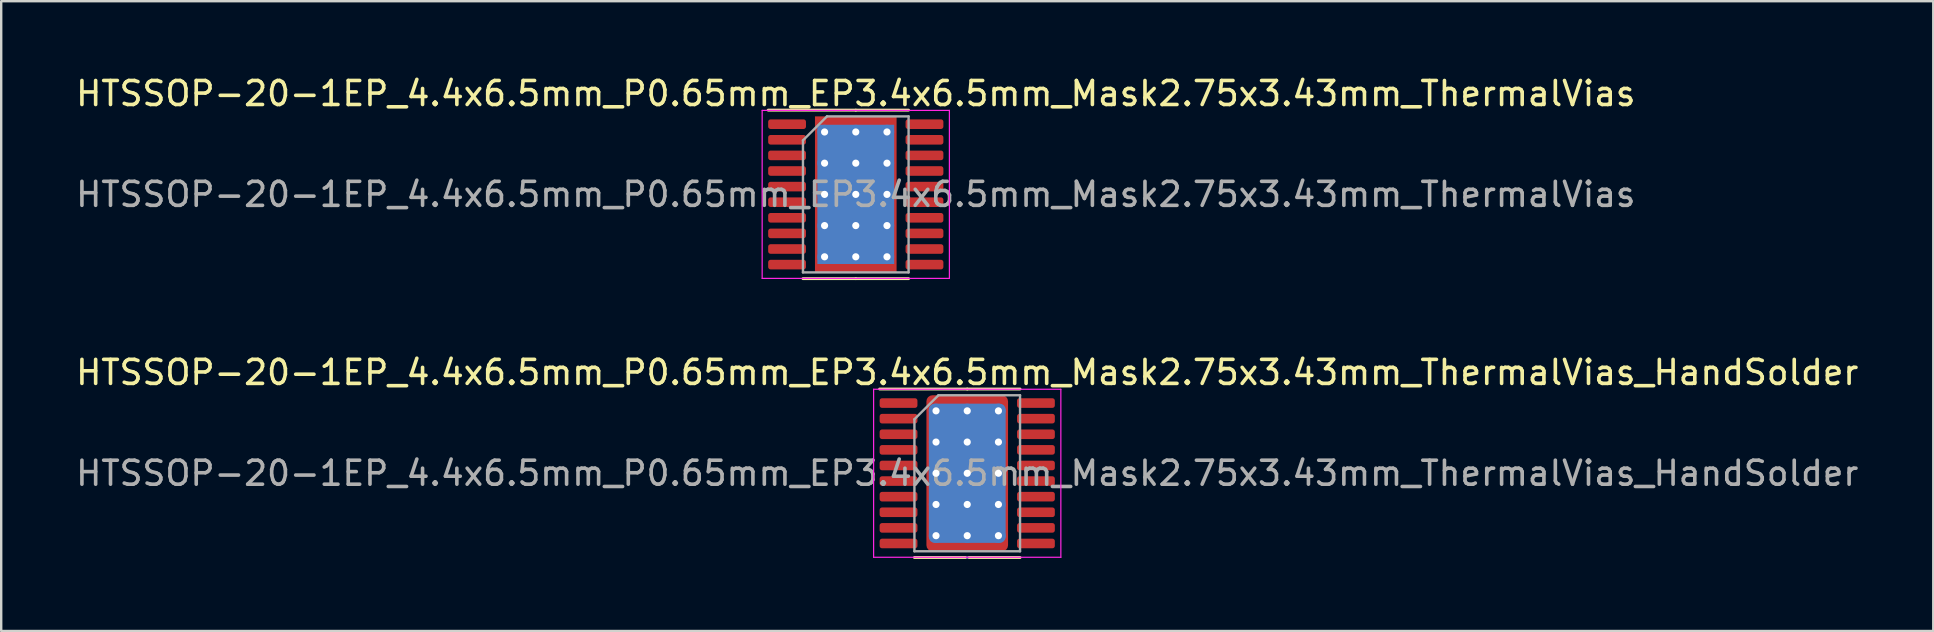
<source format=kicad_pcb>
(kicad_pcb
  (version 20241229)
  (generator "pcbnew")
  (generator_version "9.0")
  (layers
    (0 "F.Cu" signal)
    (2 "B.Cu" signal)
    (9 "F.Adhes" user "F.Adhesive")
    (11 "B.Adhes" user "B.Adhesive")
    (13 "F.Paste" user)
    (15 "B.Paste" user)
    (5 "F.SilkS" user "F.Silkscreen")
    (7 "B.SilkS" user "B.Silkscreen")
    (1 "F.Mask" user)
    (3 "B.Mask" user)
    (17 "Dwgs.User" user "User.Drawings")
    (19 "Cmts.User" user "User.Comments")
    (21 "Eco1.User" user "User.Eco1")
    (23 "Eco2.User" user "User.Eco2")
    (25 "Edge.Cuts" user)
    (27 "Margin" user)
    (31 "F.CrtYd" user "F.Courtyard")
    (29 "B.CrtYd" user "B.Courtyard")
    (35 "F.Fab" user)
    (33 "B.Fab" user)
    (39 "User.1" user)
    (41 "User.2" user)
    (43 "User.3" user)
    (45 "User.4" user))
  (footprint "HTSSOP-20-1EP_4.4x6.5mm_P0.65mm_EP3.4x6.5mm_Mask2.75x3.43mm_ThermalVias_HandSolder"
    (layer "F.Cu")
    (at 37.244 16.666)
    (property "Reference" "HTSSOP-20-1EP_4.4x6.5mm_P0.65mm_EP3.4x6.5mm_Mask2.75x3.43mm_ThermalVias_HandSolder" (at 0 -4.2 0) (layer "F.SilkS") (effects (font (size 1 1) (thickness 0.15))))
    (attr smd)
    (fp_line (start 0 -3.51) (end -3.65 -3.51) (stroke (width 0.12) (type solid)) (layer "F.SilkS"))
    (fp_line (start 0 -3.51) (end 2.2 -3.51) (stroke (width 0.12) (type solid)) (layer "F.SilkS"))
    (fp_line (start 0 3.51) (end -2.2 3.51) (stroke (width 0.12) (type solid)) (layer "F.SilkS"))
    (fp_line (start 0 3.51) (end 2.2 3.51) (stroke (width 0.12) (type solid)) (layer "F.SilkS"))
    (fp_line (start -3.9 -3.5) (end -3.9 3.5) (stroke (width 0.05) (type solid)) (layer "F.CrtYd"))
    (fp_line (start -3.9 3.5) (end 3.9 3.5) (stroke (width 0.05) (type solid)) (layer "F.CrtYd"))
    (fp_line (start 3.9 -3.5) (end -3.9 -3.5) (stroke (width 0.05) (type solid)) (layer "F.CrtYd"))
    (fp_line (start 3.9 3.5) (end 3.9 -3.5) (stroke (width 0.05) (type solid)) (layer "F.CrtYd"))
    (fp_line (start 0 3.51) (end 0 3.51) (stroke (width 0.12) (type solid)) (layer "B.Fab"))
    (fp_line (start -2.2 -2.25) (end -1.2 -3.25) (stroke (width 0.1) (type solid)) (layer "F.Fab"))
    (fp_line (start -2.2 3.25) (end -2.2 -2.25) (stroke (width 0.1) (type solid)) (layer "F.Fab"))
    (fp_line (start -1.2 -3.25) (end 2.2 -3.25) (stroke (width 0.1) (type solid)) (layer "F.Fab"))
    (fp_line (start 2.2 -3.25) (end 2.2 3.25) (stroke (width 0.1) (type solid)) (layer "F.Fab"))
    (fp_line (start 2.2 3.25) (end -2.2 3.25) (stroke (width 0.1) (type solid)) (layer "F.Fab"))
    (fp_text user "${REFERENCE}" (at 0 0 0) (layer "F.Fab") (effects (font (size 1 1) (thickness 0.15))))
    (pad "" smd roundrect (at -0.69 -0.86) (size 1.11 1.38) (layers "F.Paste") (roundrect_rratio 0.225))
    (pad "" smd roundrect (at -0.69 0.86) (size 1.11 1.38) (layers "F.Paste") (roundrect_rratio 0.225))
    (pad "" smd roundrect (at 0 0) (size 2.75 3.43) (layers "*.Mask") (roundrect_rratio 0.091))
    (pad "" smd roundrect (at 0.69 -0.86) (size 1.11 1.38) (layers "F.Paste") (roundrect_rratio 0.225))
    (pad "" smd roundrect (at 0.69 0.86) (size 1.11 1.38) (layers "F.Paste") (roundrect_rratio 0.225))
    (pad "1" smd roundrect (at -2.862 -2.925) (size 1.575 0.4) (layers "F.Cu" "F.Mask" "F.Paste") (roundrect_rratio 0.25))
    (pad "2" smd roundrect (at -2.862 -2.275) (size 1.575 0.4) (layers "F.Cu" "F.Mask" "F.Paste") (roundrect_rratio 0.25))
    (pad "3" smd roundrect (at -2.862 -1.625) (size 1.575 0.4) (layers "F.Cu" "F.Mask" "F.Paste") (roundrect_rratio 0.25))
    (pad "4" smd roundrect (at -2.862 -0.975) (size 1.575 0.4) (layers "F.Cu" "F.Mask" "F.Paste") (roundrect_rratio 0.25))
    (pad "5" smd roundrect (at -2.862 -0.325) (size 1.575 0.4) (layers "F.Cu" "F.Mask" "F.Paste") (roundrect_rratio 0.25))
    (pad "6" smd roundrect (at -2.862 0.325) (size 1.575 0.4) (layers "F.Cu" "F.Mask" "F.Paste") (roundrect_rratio 0.25))
    (pad "7" smd roundrect (at -2.862 0.975) (size 1.575 0.4) (layers "F.Cu" "F.Mask" "F.Paste") (roundrect_rratio 0.25))
    (pad "8" smd roundrect (at -2.862 1.625) (size 1.575 0.4) (layers "F.Cu" "F.Mask" "F.Paste") (roundrect_rratio 0.25))
    (pad "9" smd roundrect (at -2.862 2.275) (size 1.575 0.4) (layers "F.Cu" "F.Mask" "F.Paste") (roundrect_rratio 0.25))
    (pad "10" smd roundrect (at -2.862 2.925) (size 1.575 0.4) (layers "F.Cu" "F.Mask" "F.Paste") (roundrect_rratio 0.25))
    (pad "11" smd roundrect (at 2.862 2.925) (size 1.575 0.4) (layers "F.Cu" "F.Mask" "F.Paste") (roundrect_rratio 0.25))
    (pad "12" smd roundrect (at 2.862 2.275) (size 1.575 0.4) (layers "F.Cu" "F.Mask" "F.Paste") (roundrect_rratio 0.25))
    (pad "13" smd roundrect (at 2.862 1.625) (size 1.575 0.4) (layers "F.Cu" "F.Mask" "F.Paste") (roundrect_rratio 0.25))
    (pad "14" smd roundrect (at 2.862 0.975) (size 1.575 0.4) (layers "F.Cu" "F.Mask" "F.Paste") (roundrect_rratio 0.25))
    (pad "15" smd roundrect (at 2.862 0.325) (size 1.575 0.4) (layers "F.Cu" "F.Mask" "F.Paste") (roundrect_rratio 0.25))
    (pad "16" smd roundrect (at 2.862 -0.325) (size 1.575 0.4) (layers "F.Cu" "F.Mask" "F.Paste") (roundrect_rratio 0.25))
    (pad "17" smd roundrect (at 2.862 -0.975) (size 1.575 0.4) (layers "F.Cu" "F.Mask" "F.Paste") (roundrect_rratio 0.25))
    (pad "18" smd roundrect (at 2.862 -1.625) (size 1.575 0.4) (layers "F.Cu" "F.Mask" "F.Paste") (roundrect_rratio 0.25))
    (pad "19" smd roundrect (at 2.862 -2.275) (size 1.575 0.4) (layers "F.Cu" "F.Mask" "F.Paste") (roundrect_rratio 0.25))
    (pad "20" smd roundrect (at 2.862 -2.925) (size 1.575 0.4) (layers "F.Cu" "F.Mask" "F.Paste") (roundrect_rratio 0.25))
    (pad "21" thru_hole circle (at -1.3 -2.6) (size 0.6 0.6) (drill 0.3) (layers "*.Cu"))
    (pad "21" thru_hole circle (at -1.3 -1.3) (size 0.6 0.6) (drill 0.3) (layers "*.Cu"))
    (pad "21" thru_hole circle (at -1.3 0) (size 0.6 0.6) (drill 0.3) (layers "*.Cu"))
    (pad "21" thru_hole circle (at -1.3 1.3) (size 0.6 0.6) (drill 0.3) (layers "*.Cu"))
    (pad "21" thru_hole circle (at -1.3 2.6) (size 0.6 0.6) (drill 0.3) (layers "*.Cu"))
    (pad "21" thru_hole circle (at 0 -2.6) (size 0.6 0.6) (drill 0.3) (layers "*.Cu"))
    (pad "21" thru_hole circle (at 0 -1.3) (size 0.6 0.6) (drill 0.3) (layers "*.Cu"))
    (pad "21" thru_hole circle (at 0 0) (size 0.6 0.6) (drill 0.3) (layers "*.Cu"))
    (pad "21" smd roundrect (at 0 0) (size 3.2 5.8) (layers "B.Cu") (roundrect_rratio 0.078))
    (pad "21" smd roundrect (at 0 0) (size 3.4 6.5) (layers "F.Cu") (roundrect_rratio 0.074))
    (pad "21" thru_hole circle (at 0 1.3) (size 0.6 0.6) (drill 0.3) (layers "*.Cu"))
    (pad "21" thru_hole circle (at 0 2.6) (size 0.6 0.6) (drill 0.3) (layers "*.Cu"))
    (pad "21" thru_hole circle (at 1.3 -2.6) (size 0.6 0.6) (drill 0.3) (layers "*.Cu"))
    (pad "21" thru_hole circle (at 1.3 -1.3) (size 0.6 0.6) (drill 0.3) (layers "*.Cu"))
    (pad "21" thru_hole circle (at 1.3 0) (size 0.6 0.6) (drill 0.3) (layers "*.Cu"))
    (pad "21" thru_hole circle (at 1.3 1.3) (size 0.6 0.6) (drill 0.3) (layers "*.Cu"))
    (pad "21" thru_hole circle (at 1.3 2.6) (size 0.6 0.6) (drill 0.3) (layers "*.Cu")))
  (footprint "HTSSOP-20-1EP_4.4x6.5mm_P0.65mm_EP3.4x6.5mm_Mask2.75x3.43mm_ThermalVias"
    (layer "F.Cu")
    (at 32.601 5.048)
    (property "Reference" "HTSSOP-20-1EP_4.4x6.5mm_P0.65mm_EP3.4x6.5mm_Mask2.75x3.43mm_ThermalVias" (at 0 -4.2 0) (layer "F.SilkS") (effects (font (size 1 1) (thickness 0.15))))
    (attr smd)
    (fp_line (start 0 -3.51) (end -3.65 -3.51) (stroke (width 0.12) (type solid)) (layer "F.SilkS"))
    (fp_line (start 0 -3.51) (end 2.2 -3.51) (stroke (width 0.12) (type solid)) (layer "F.SilkS"))
    (fp_line (start 0 3.51) (end -2.2 3.51) (stroke (width 0.12) (type solid)) (layer "F.SilkS"))
    (fp_line (start 0 3.51) (end 2.2 3.51) (stroke (width 0.12) (type solid)) (layer "F.SilkS"))
    (fp_line (start -3.9 -3.5) (end -3.9 3.5) (stroke (width 0.05) (type solid)) (layer "F.CrtYd"))
    (fp_line (start -3.9 3.5) (end 3.9 3.5) (stroke (width 0.05) (type solid)) (layer "F.CrtYd"))
    (fp_line (start 3.9 -3.5) (end -3.9 -3.5) (stroke (width 0.05) (type solid)) (layer "F.CrtYd"))
    (fp_line (start 3.9 3.5) (end 3.9 -3.5) (stroke (width 0.05) (type solid)) (layer "F.CrtYd"))
    (fp_line (start -2.2 -2.25) (end -1.2 -3.25) (stroke (width 0.1) (type solid)) (layer "F.Fab"))
    (fp_line (start -2.2 3.25) (end -2.2 -2.25) (stroke (width 0.1) (type solid)) (layer "F.Fab"))
    (fp_line (start -1.2 -3.25) (end 2.2 -3.25) (stroke (width 0.1) (type solid)) (layer "F.Fab"))
    (fp_line (start 2.2 -3.25) (end 2.2 3.25) (stroke (width 0.1) (type solid)) (layer "F.Fab"))
    (fp_line (start 2.2 3.25) (end -2.2 3.25) (stroke (width 0.1) (type solid)) (layer "F.Fab"))
    (fp_text user "${REFERENCE}" (at 0 0 0) (layer "F.Fab") (effects (font (size 1 1) (thickness 0.15))))
    (pad "" smd roundrect (at -0.69 -0.86) (size 1.11 1.38) (layers "F.Paste") (roundrect_rratio 0.225))
    (pad "" smd roundrect (at -0.69 0.86) (size 1.11 1.38) (layers "F.Paste") (roundrect_rratio 0.225))
    (pad "" smd rect (at 0 0) (size 2.75 3.43) (layers "F.Mask"))
    (pad "" smd roundrect (at 0.69 -0.86) (size 1.11 1.38) (layers "F.Paste") (roundrect_rratio 0.225))
    (pad "" smd roundrect (at 0.69 0.86) (size 1.11 1.38) (layers "F.Paste") (roundrect_rratio 0.225))
    (pad "1" smd roundrect (at -2.862 -2.925) (size 1.575 0.4) (layers "F.Cu" "F.Mask" "F.Paste") (roundrect_rratio 0.25))
    (pad "2" smd roundrect (at -2.862 -2.275) (size 1.575 0.4) (layers "F.Cu" "F.Mask" "F.Paste") (roundrect_rratio 0.25))
    (pad "3" smd roundrect (at -2.862 -1.625) (size 1.575 0.4) (layers "F.Cu" "F.Mask" "F.Paste") (roundrect_rratio 0.25))
    (pad "4" smd roundrect (at -2.862 -0.975) (size 1.575 0.4) (layers "F.Cu" "F.Mask" "F.Paste") (roundrect_rratio 0.25))
    (pad "5" smd roundrect (at -2.862 -0.325) (size 1.575 0.4) (layers "F.Cu" "F.Mask" "F.Paste") (roundrect_rratio 0.25))
    (pad "6" smd roundrect (at -2.862 0.325) (size 1.575 0.4) (layers "F.Cu" "F.Mask" "F.Paste") (roundrect_rratio 0.25))
    (pad "7" smd roundrect (at -2.862 0.975) (size 1.575 0.4) (layers "F.Cu" "F.Mask" "F.Paste") (roundrect_rratio 0.25))
    (pad "8" smd roundrect (at -2.862 1.625) (size 1.575 0.4) (layers "F.Cu" "F.Mask" "F.Paste") (roundrect_rratio 0.25))
    (pad "9" smd roundrect (at -2.862 2.275) (size 1.575 0.4) (layers "F.Cu" "F.Mask" "F.Paste") (roundrect_rratio 0.25))
    (pad "10" smd roundrect (at -2.862 2.925) (size 1.575 0.4) (layers "F.Cu" "F.Mask" "F.Paste") (roundrect_rratio 0.25))
    (pad "11" smd roundrect (at 2.862 2.925) (size 1.575 0.4) (layers "F.Cu" "F.Mask" "F.Paste") (roundrect_rratio 0.25))
    (pad "12" smd roundrect (at 2.862 2.275) (size 1.575 0.4) (layers "F.Cu" "F.Mask" "F.Paste") (roundrect_rratio 0.25))
    (pad "13" smd roundrect (at 2.862 1.625) (size 1.575 0.4) (layers "F.Cu" "F.Mask" "F.Paste") (roundrect_rratio 0.25))
    (pad "14" smd roundrect (at 2.862 0.975) (size 1.575 0.4) (layers "F.Cu" "F.Mask" "F.Paste") (roundrect_rratio 0.25))
    (pad "15" smd roundrect (at 2.862 0.325) (size 1.575 0.4) (layers "F.Cu" "F.Mask" "F.Paste") (roundrect_rratio 0.25))
    (pad "16" smd roundrect (at 2.862 -0.325) (size 1.575 0.4) (layers "F.Cu" "F.Mask" "F.Paste") (roundrect_rratio 0.25))
    (pad "17" smd roundrect (at 2.862 -0.975) (size 1.575 0.4) (layers "F.Cu" "F.Mask" "F.Paste") (roundrect_rratio 0.25))
    (pad "18" smd roundrect (at 2.862 -1.625) (size 1.575 0.4) (layers "F.Cu" "F.Mask" "F.Paste") (roundrect_rratio 0.25))
    (pad "19" smd roundrect (at 2.862 -2.275) (size 1.575 0.4) (layers "F.Cu" "F.Mask" "F.Paste") (roundrect_rratio 0.25))
    (pad "20" smd roundrect (at 2.862 -2.925) (size 1.575 0.4) (layers "F.Cu" "F.Mask" "F.Paste") (roundrect_rratio 0.25))
    (pad "21" thru_hole circle (at -1.3 -2.6) (size 0.6 0.6) (drill 0.3) (layers "*.Cu"))
    (pad "21" thru_hole circle (at -1.3 -1.3) (size 0.6 0.6) (drill 0.3) (layers "*.Cu"))
    (pad "21" thru_hole circle (at -1.3 0) (size 0.6 0.6) (drill 0.3) (layers "*.Cu"))
    (pad "21" thru_hole circle (at -1.3 1.3) (size 0.6 0.6) (drill 0.3) (layers "*.Cu"))
    (pad "21" thru_hole circle (at -1.3 2.6) (size 0.6 0.6) (drill 0.3) (layers "*.Cu"))
    (pad "21" thru_hole circle (at 0 -2.6) (size 0.6 0.6) (drill 0.3) (layers "*.Cu"))
    (pad "21" thru_hole circle (at 0 -1.3) (size 0.6 0.6) (drill 0.3) (layers "*.Cu"))
    (pad "21" thru_hole circle (at 0 0) (size 0.6 0.6) (drill 0.3) (layers "*.Cu"))
    (pad "21" smd rect (at 0 0) (size 3.2 5.8) (layers "B.Cu"))
    (pad "21" smd rect (at 0 0) (size 3.4 6.5) (layers "F.Cu"))
    (pad "21" thru_hole circle (at 0 1.3) (size 0.6 0.6) (drill 0.3) (layers "*.Cu"))
    (pad "21" thru_hole circle (at 0 2.6) (size 0.6 0.6) (drill 0.3) (layers "*.Cu"))
    (pad "21" thru_hole circle (at 1.3 -2.6) (size 0.6 0.6) (drill 0.3) (layers "*.Cu"))
    (pad "21" thru_hole circle (at 1.3 -1.3) (size 0.6 0.6) (drill 0.3) (layers "*.Cu"))
    (pad "21" thru_hole circle (at 1.3 0) (size 0.6 0.6) (drill 0.3) (layers "*.Cu"))
    (pad "21" thru_hole circle (at 1.3 1.3) (size 0.6 0.6) (drill 0.3) (layers "*.Cu"))
    (pad "21" thru_hole circle (at 1.3 2.6) (size 0.6 0.6) (drill 0.3) (layers "*.Cu")))
  (gr_rect
    (start -3 -3)
    (end 77.488 23.236)
    (stroke (width 0.1) (type default))
    (fill no)
    (layer "Edge.Cuts")))
</source>
